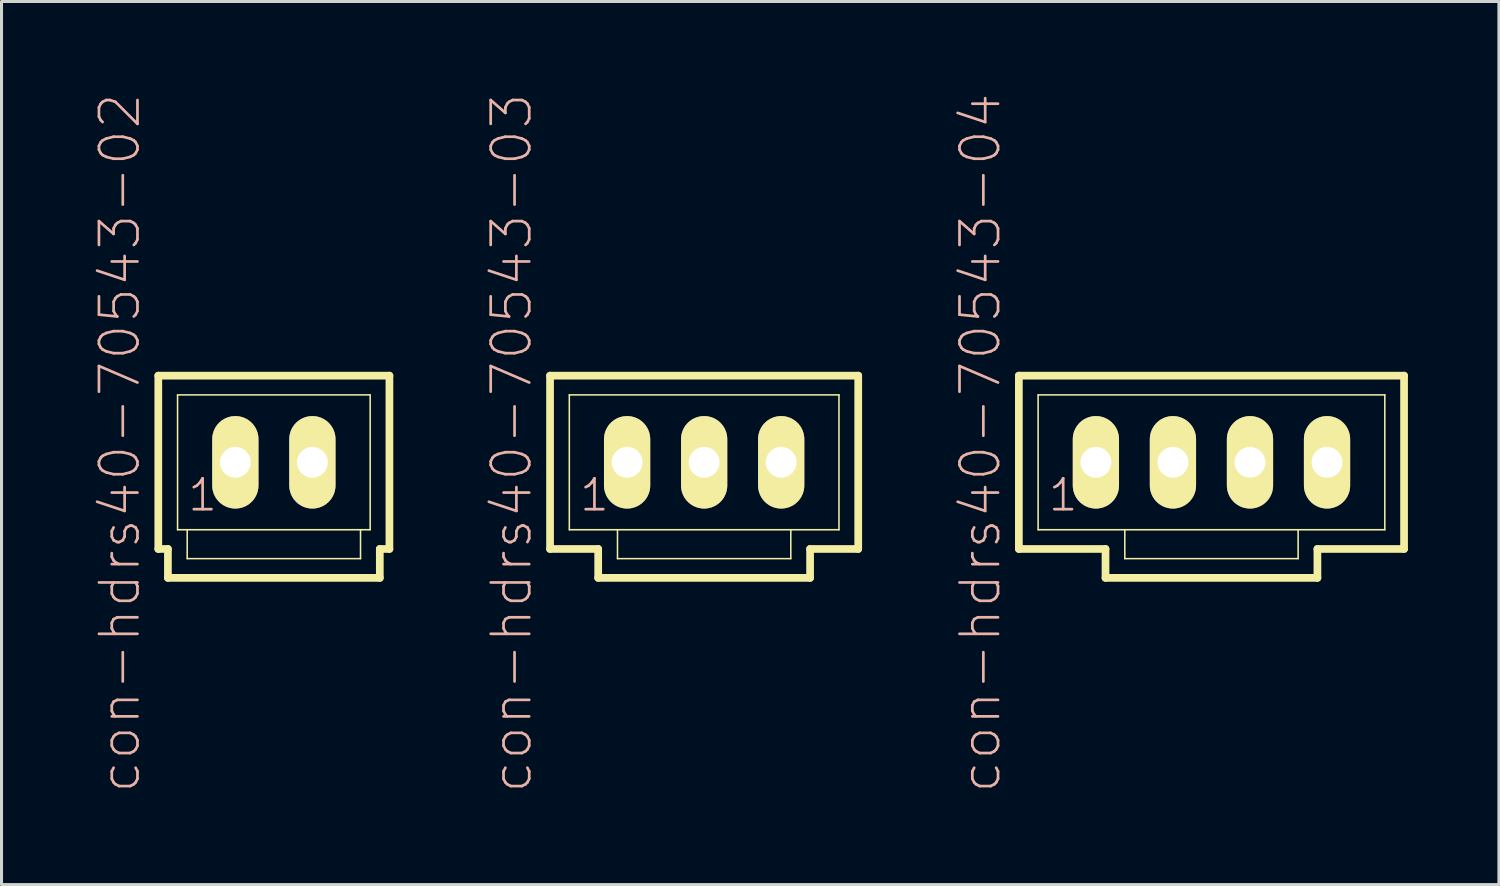
<source format=kicad_pcb>
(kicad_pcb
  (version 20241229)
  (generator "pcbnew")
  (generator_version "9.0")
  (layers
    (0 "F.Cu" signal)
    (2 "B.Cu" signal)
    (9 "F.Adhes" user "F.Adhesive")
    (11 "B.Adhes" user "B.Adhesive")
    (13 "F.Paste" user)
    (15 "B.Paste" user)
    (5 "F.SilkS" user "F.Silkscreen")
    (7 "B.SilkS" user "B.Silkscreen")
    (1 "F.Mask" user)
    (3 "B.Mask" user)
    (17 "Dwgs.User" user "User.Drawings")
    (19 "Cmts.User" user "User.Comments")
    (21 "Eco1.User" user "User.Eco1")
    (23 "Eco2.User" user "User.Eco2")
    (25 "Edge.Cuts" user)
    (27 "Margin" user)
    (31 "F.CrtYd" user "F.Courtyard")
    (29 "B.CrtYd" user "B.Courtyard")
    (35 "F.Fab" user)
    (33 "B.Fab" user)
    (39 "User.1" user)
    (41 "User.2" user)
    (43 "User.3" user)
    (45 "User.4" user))
  (footprint "con-hdrs40-70543-04"
    (layer "F.Cu")
    (at 36.891 12.192)
    (property "Reference" "con-hdrs40-70543-04" (at -7.62 -0.635 90) (layer "B.SilkS") (effects (font (size 1.27 1.27) (thickness 0.089))))
    (attr exclude_from_pos_files exclude_from_bom)
    (fp_line (start -6.35 -2.857) (end -6.35 2.857) (stroke (width 0.254) (type solid)) (layer "F.SilkS"))
    (fp_line (start -6.35 2.857) (end -3.493 2.857) (stroke (width 0.254) (type solid)) (layer "F.SilkS"))
    (fp_line (start -5.715 -2.223) (end -5.715 2.223) (stroke (width 0.051) (type solid)) (layer "F.SilkS"))
    (fp_line (start -5.715 -2.223) (end 5.715 -2.223) (stroke (width 0.051) (type solid)) (layer "F.SilkS"))
    (fp_line (start -5.715 2.223) (end -2.857 2.223) (stroke (width 0.051) (type solid)) (layer "F.SilkS"))
    (fp_line (start -4.046 -0.236) (end -3.571 -0.236) (stroke (width 0.066) (type solid)) (layer "F.SilkS"))
    (fp_line (start -4.046 0.236) (end -4.046 -0.236) (stroke (width 0.066) (type solid)) (layer "F.SilkS"))
    (fp_line (start -4.046 0.236) (end -3.571 0.236) (stroke (width 0.066) (type solid)) (layer "F.SilkS"))
    (fp_line (start -3.571 0.236) (end -3.571 -0.236) (stroke (width 0.066) (type solid)) (layer "F.SilkS"))
    (fp_line (start -3.493 2.857) (end -3.493 3.81) (stroke (width 0.254) (type solid)) (layer "F.SilkS"))
    (fp_line (start -3.493 3.81) (end 3.493 3.81) (stroke (width 0.254) (type solid)) (layer "F.SilkS"))
    (fp_line (start -2.857 2.223) (end -2.857 3.175) (stroke (width 0.051) (type solid)) (layer "F.SilkS"))
    (fp_line (start -2.857 2.223) (end 2.857 2.223) (stroke (width 0.051) (type solid)) (layer "F.SilkS"))
    (fp_line (start -1.506 -0.236) (end -1.031 -0.236) (stroke (width 0.066) (type solid)) (layer "F.SilkS"))
    (fp_line (start -1.506 0.236) (end -1.506 -0.236) (stroke (width 0.066) (type solid)) (layer "F.SilkS"))
    (fp_line (start -1.506 0.236) (end -1.031 0.236) (stroke (width 0.066) (type solid)) (layer "F.SilkS"))
    (fp_line (start -1.031 0.236) (end -1.031 -0.236) (stroke (width 0.066) (type solid)) (layer "F.SilkS"))
    (fp_line (start 1.031 -0.236) (end 1.506 -0.236) (stroke (width 0.066) (type solid)) (layer "F.SilkS"))
    (fp_line (start 1.031 0.236) (end 1.031 -0.236) (stroke (width 0.066) (type solid)) (layer "F.SilkS"))
    (fp_line (start 1.031 0.236) (end 1.506 0.236) (stroke (width 0.066) (type solid)) (layer "F.SilkS"))
    (fp_line (start 1.506 0.236) (end 1.506 -0.236) (stroke (width 0.066) (type solid)) (layer "F.SilkS"))
    (fp_line (start 2.857 2.223) (end 2.857 3.175) (stroke (width 0.051) (type solid)) (layer "F.SilkS"))
    (fp_line (start 2.857 2.223) (end 5.715 2.223) (stroke (width 0.051) (type solid)) (layer "F.SilkS"))
    (fp_line (start 2.857 3.175) (end -2.857 3.175) (stroke (width 0.051) (type solid)) (layer "F.SilkS"))
    (fp_line (start 3.493 2.857) (end 6.35 2.857) (stroke (width 0.254) (type solid)) (layer "F.SilkS"))
    (fp_line (start 3.493 3.81) (end 3.493 2.857) (stroke (width 0.254) (type solid)) (layer "F.SilkS"))
    (fp_line (start 3.571 -0.236) (end 4.046 -0.236) (stroke (width 0.066) (type solid)) (layer "F.SilkS"))
    (fp_line (start 3.571 0.236) (end 3.571 -0.236) (stroke (width 0.066) (type solid)) (layer "F.SilkS"))
    (fp_line (start 3.571 0.236) (end 4.046 0.236) (stroke (width 0.066) (type solid)) (layer "F.SilkS"))
    (fp_line (start 4.046 0.236) (end 4.046 -0.236) (stroke (width 0.066) (type solid)) (layer "F.SilkS"))
    (fp_line (start 5.715 -2.223) (end 5.715 2.223) (stroke (width 0.051) (type solid)) (layer "F.SilkS"))
    (fp_line (start 6.35 -2.857) (end -6.35 -2.857) (stroke (width 0.254) (type solid)) (layer "F.SilkS"))
    (fp_line (start 6.35 2.857) (end 6.35 -2.857) (stroke (width 0.254) (type solid)) (layer "F.SilkS"))
    (fp_text user "1" (at -4.889 1.079 0) (layer "B.SilkS") (effects (font (size 1.016 1.016) (thickness 0.089))))
    (pad "1" thru_hole oval (at -3.81 0) (size 1.524 3.048) (drill 1.016) (layers "*.Cu" "F.Mask" "F.SilkS" "F.Paste"))
    (pad "2" thru_hole oval (at -1.27 0) (size 1.524 3.048) (drill 1.016) (layers "*.Cu" "F.Mask" "F.SilkS" "F.Paste"))
    (pad "3" thru_hole oval (at 1.27 0) (size 1.524 3.048) (drill 1.016) (layers "*.Cu" "F.Mask" "F.SilkS" "F.Paste"))
    (pad "4" thru_hole oval (at 3.81 0) (size 1.524 3.048) (drill 1.016) (layers "*.Cu" "F.Mask" "F.SilkS" "F.Paste")))
  (footprint "con-hdrs40-70543-03"
    (layer "F.Cu")
    (at 20.165 12.192)
    (property "Reference" "con-hdrs40-70543-03" (at -6.35 -0.635 90) (layer "B.SilkS") (effects (font (size 1.27 1.27) (thickness 0.089))))
    (attr exclude_from_pos_files exclude_from_bom)
    (fp_line (start -5.08 -2.857) (end -5.08 2.857) (stroke (width 0.254) (type solid)) (layer "F.SilkS"))
    (fp_line (start -5.08 2.857) (end -3.493 2.857) (stroke (width 0.254) (type solid)) (layer "F.SilkS"))
    (fp_line (start -4.445 -2.223) (end -4.445 2.223) (stroke (width 0.051) (type solid)) (layer "F.SilkS"))
    (fp_line (start -4.445 -2.223) (end 4.445 -2.223) (stroke (width 0.051) (type solid)) (layer "F.SilkS"))
    (fp_line (start -4.445 2.223) (end -2.857 2.223) (stroke (width 0.051) (type solid)) (layer "F.SilkS"))
    (fp_line (start -3.493 2.857) (end -3.493 3.81) (stroke (width 0.254) (type solid)) (layer "F.SilkS"))
    (fp_line (start -3.493 3.81) (end 3.493 3.81) (stroke (width 0.254) (type solid)) (layer "F.SilkS"))
    (fp_line (start -2.857 2.223) (end -2.857 3.175) (stroke (width 0.051) (type solid)) (layer "F.SilkS"))
    (fp_line (start -2.857 2.223) (end 2.857 2.223) (stroke (width 0.051) (type solid)) (layer "F.SilkS"))
    (fp_line (start -2.776 -0.236) (end -2.301 -0.236) (stroke (width 0.066) (type solid)) (layer "F.SilkS"))
    (fp_line (start -2.776 0.236) (end -2.776 -0.236) (stroke (width 0.066) (type solid)) (layer "F.SilkS"))
    (fp_line (start -2.776 0.236) (end -2.301 0.236) (stroke (width 0.066) (type solid)) (layer "F.SilkS"))
    (fp_line (start -2.301 0.236) (end -2.301 -0.236) (stroke (width 0.066) (type solid)) (layer "F.SilkS"))
    (fp_line (start -0.236 -0.236) (end 0.236 -0.236) (stroke (width 0.066) (type solid)) (layer "F.SilkS"))
    (fp_line (start -0.236 0.236) (end -0.236 -0.236) (stroke (width 0.066) (type solid)) (layer "F.SilkS"))
    (fp_line (start -0.236 0.236) (end 0.236 0.236) (stroke (width 0.066) (type solid)) (layer "F.SilkS"))
    (fp_line (start 0.236 0.236) (end 0.236 -0.236) (stroke (width 0.066) (type solid)) (layer "F.SilkS"))
    (fp_line (start 2.301 -0.236) (end 2.776 -0.236) (stroke (width 0.066) (type solid)) (layer "F.SilkS"))
    (fp_line (start 2.301 0.236) (end 2.301 -0.236) (stroke (width 0.066) (type solid)) (layer "F.SilkS"))
    (fp_line (start 2.301 0.236) (end 2.776 0.236) (stroke (width 0.066) (type solid)) (layer "F.SilkS"))
    (fp_line (start 2.776 0.236) (end 2.776 -0.236) (stroke (width 0.066) (type solid)) (layer "F.SilkS"))
    (fp_line (start 2.857 2.223) (end 2.857 3.175) (stroke (width 0.051) (type solid)) (layer "F.SilkS"))
    (fp_line (start 2.857 2.223) (end 4.445 2.223) (stroke (width 0.051) (type solid)) (layer "F.SilkS"))
    (fp_line (start 2.857 3.175) (end -2.857 3.175) (stroke (width 0.051) (type solid)) (layer "F.SilkS"))
    (fp_line (start 3.493 2.857) (end 5.08 2.857) (stroke (width 0.254) (type solid)) (layer "F.SilkS"))
    (fp_line (start 3.493 3.81) (end 3.493 2.857) (stroke (width 0.254) (type solid)) (layer "F.SilkS"))
    (fp_line (start 4.445 -2.223) (end 4.445 2.223) (stroke (width 0.051) (type solid)) (layer "F.SilkS"))
    (fp_line (start 5.08 -2.857) (end -5.08 -2.857) (stroke (width 0.254) (type solid)) (layer "F.SilkS"))
    (fp_line (start 5.08 2.857) (end 5.08 -2.857) (stroke (width 0.254) (type solid)) (layer "F.SilkS"))
    (fp_text user "1" (at -3.617 1.079 0) (layer "B.SilkS") (effects (font (size 1.016 1.016) (thickness 0.089))))
    (pad "1" thru_hole oval (at -2.54 0) (size 1.524 3.048) (drill 1.016) (layers "*.Cu" "F.Mask" "F.SilkS" "F.Paste"))
    (pad "2" thru_hole oval (at 0 0) (size 1.524 3.048) (drill 1.016) (layers "*.Cu" "F.Mask" "F.SilkS" "F.Paste"))
    (pad "3" thru_hole oval (at 2.54 0) (size 1.524 3.048) (drill 1.016) (layers "*.Cu" "F.Mask" "F.SilkS" "F.Paste")))
  (footprint "con-hdrs40-70543-02"
    (layer "F.Cu")
    (at 5.979 12.192)
    (property "Reference" "con-hdrs40-70543-02" (at -5.08 -0.635 90) (layer "B.SilkS") (effects (font (size 1.27 1.27) (thickness 0.089))))
    (attr exclude_from_pos_files exclude_from_bom)
    (fp_line (start -3.81 -2.857) (end -3.81 2.857) (stroke (width 0.254) (type solid)) (layer "F.SilkS"))
    (fp_line (start -3.81 2.857) (end -3.493 2.857) (stroke (width 0.254) (type solid)) (layer "F.SilkS"))
    (fp_line (start -3.493 2.857) (end -3.493 3.81) (stroke (width 0.254) (type solid)) (layer "F.SilkS"))
    (fp_line (start -3.493 3.81) (end 3.493 3.81) (stroke (width 0.254) (type solid)) (layer "F.SilkS"))
    (fp_line (start -3.175 -2.223) (end -3.175 2.223) (stroke (width 0.051) (type solid)) (layer "F.SilkS"))
    (fp_line (start -3.175 -2.223) (end 3.175 -2.223) (stroke (width 0.051) (type solid)) (layer "F.SilkS"))
    (fp_line (start -3.175 2.223) (end -2.857 2.223) (stroke (width 0.051) (type solid)) (layer "F.SilkS"))
    (fp_line (start -2.857 2.223) (end -2.857 3.175) (stroke (width 0.051) (type solid)) (layer "F.SilkS"))
    (fp_line (start -2.857 2.223) (end 2.857 2.223) (stroke (width 0.051) (type solid)) (layer "F.SilkS"))
    (fp_line (start -1.506 -0.236) (end -1.031 -0.236) (stroke (width 0.066) (type solid)) (layer "F.SilkS"))
    (fp_line (start -1.506 0.236) (end -1.506 -0.236) (stroke (width 0.066) (type solid)) (layer "F.SilkS"))
    (fp_line (start -1.506 0.236) (end -1.031 0.236) (stroke (width 0.066) (type solid)) (layer "F.SilkS"))
    (fp_line (start -1.031 0.236) (end -1.031 -0.236) (stroke (width 0.066) (type solid)) (layer "F.SilkS"))
    (fp_line (start 1.031 -0.236) (end 1.506 -0.236) (stroke (width 0.066) (type solid)) (layer "F.SilkS"))
    (fp_line (start 1.031 0.236) (end 1.031 -0.236) (stroke (width 0.066) (type solid)) (layer "F.SilkS"))
    (fp_line (start 1.031 0.236) (end 1.506 0.236) (stroke (width 0.066) (type solid)) (layer "F.SilkS"))
    (fp_line (start 1.506 0.236) (end 1.506 -0.236) (stroke (width 0.066) (type solid)) (layer "F.SilkS"))
    (fp_line (start 2.857 2.223) (end 2.857 3.175) (stroke (width 0.051) (type solid)) (layer "F.SilkS"))
    (fp_line (start 2.857 2.223) (end 3.175 2.223) (stroke (width 0.051) (type solid)) (layer "F.SilkS"))
    (fp_line (start 2.857 3.175) (end -2.857 3.175) (stroke (width 0.051) (type solid)) (layer "F.SilkS"))
    (fp_line (start 3.175 -2.223) (end 3.175 2.223) (stroke (width 0.051) (type solid)) (layer "F.SilkS"))
    (fp_line (start 3.493 2.857) (end 3.81 2.857) (stroke (width 0.254) (type solid)) (layer "F.SilkS"))
    (fp_line (start 3.493 3.81) (end 3.493 2.857) (stroke (width 0.254) (type solid)) (layer "F.SilkS"))
    (fp_line (start 3.81 -2.857) (end -3.81 -2.857) (stroke (width 0.254) (type solid)) (layer "F.SilkS"))
    (fp_line (start 3.81 2.857) (end 3.81 -2.857) (stroke (width 0.254) (type solid)) (layer "F.SilkS"))
    (fp_text user "1" (at -2.349 1.079 0) (layer "B.SilkS") (effects (font (size 1.016 1.016) (thickness 0.089))))
    (pad "1" thru_hole oval (at -1.27 0) (size 1.524 3.048) (drill 1.016) (layers "*.Cu" "F.Mask" "F.SilkS" "F.Paste"))
    (pad "2" thru_hole oval (at 1.27 0) (size 1.524 3.048) (drill 1.016) (layers "*.Cu" "F.Mask" "F.SilkS" "F.Paste")))
  (gr_rect
    (start -3 -3)
    (end 46.368 26.115)
    (stroke (width 0.1) (type default))
    (fill no)
    (layer "Edge.Cuts")))
</source>
